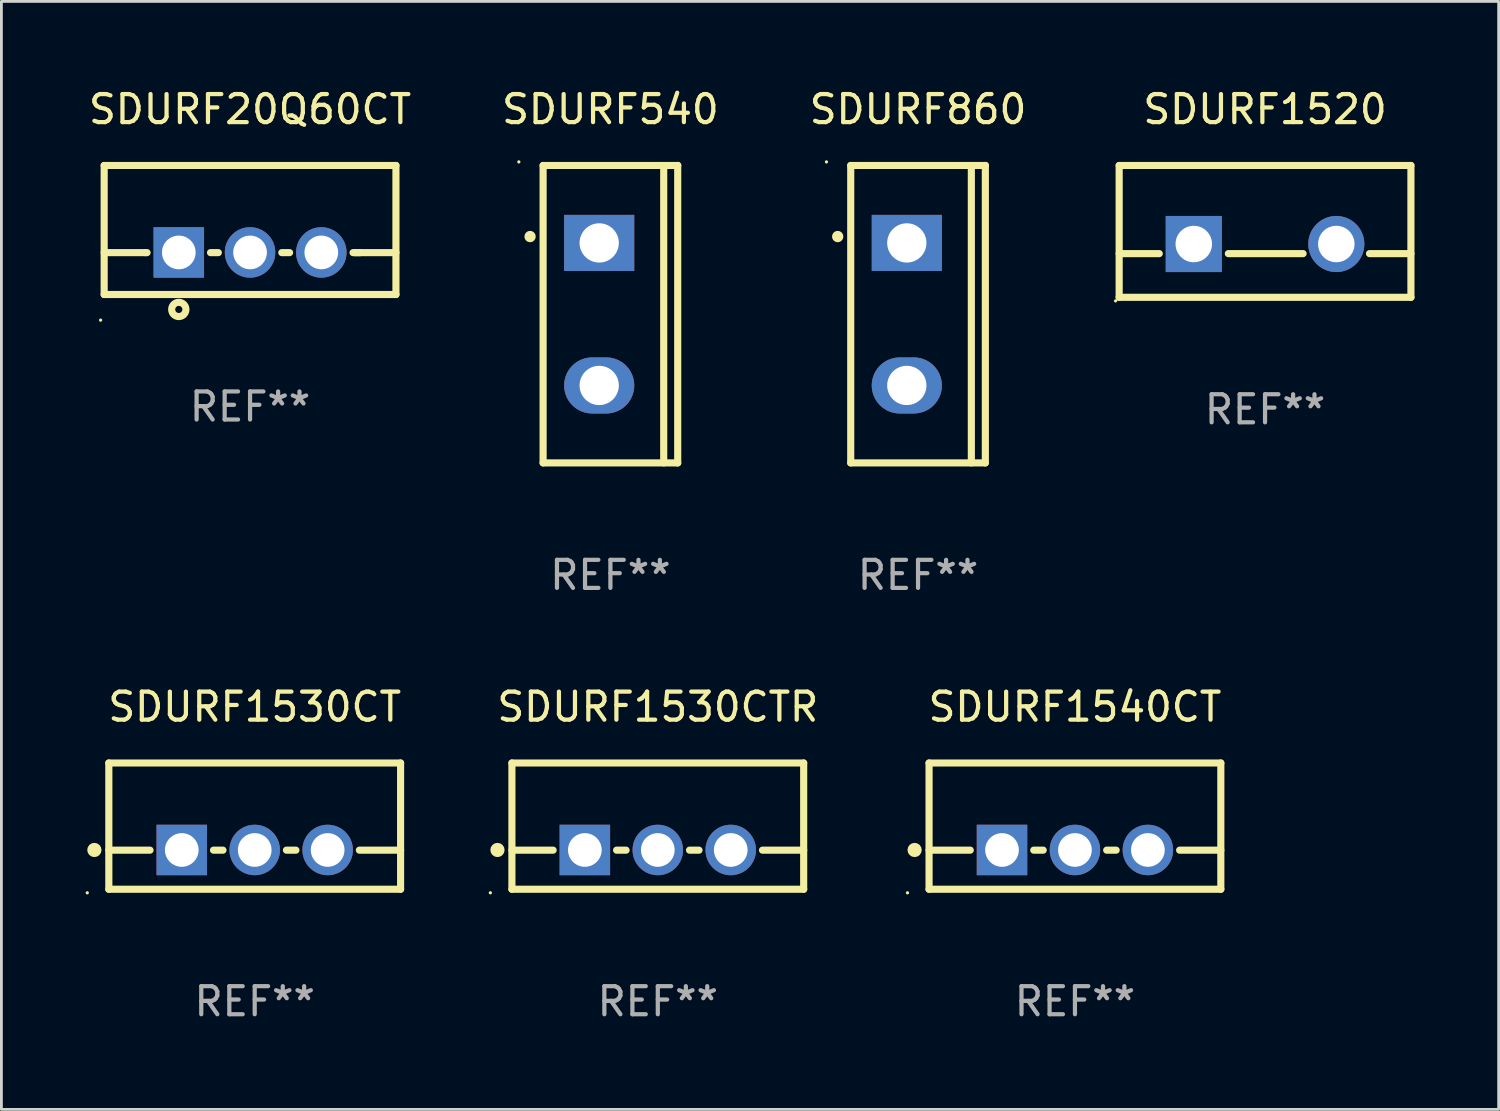
<source format=kicad_pcb>
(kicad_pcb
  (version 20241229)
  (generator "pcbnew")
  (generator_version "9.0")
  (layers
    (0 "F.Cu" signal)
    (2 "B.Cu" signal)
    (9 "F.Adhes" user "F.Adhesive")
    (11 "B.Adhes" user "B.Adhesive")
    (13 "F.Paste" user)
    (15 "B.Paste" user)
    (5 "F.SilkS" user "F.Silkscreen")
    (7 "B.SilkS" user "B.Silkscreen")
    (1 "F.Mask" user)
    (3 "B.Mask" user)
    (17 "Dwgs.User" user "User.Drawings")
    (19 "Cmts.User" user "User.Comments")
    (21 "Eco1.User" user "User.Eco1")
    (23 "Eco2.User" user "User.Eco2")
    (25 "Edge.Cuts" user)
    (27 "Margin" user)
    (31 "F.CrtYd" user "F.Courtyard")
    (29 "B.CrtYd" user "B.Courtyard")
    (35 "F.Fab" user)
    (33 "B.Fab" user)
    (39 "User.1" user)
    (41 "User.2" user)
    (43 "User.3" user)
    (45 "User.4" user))
  (footprint "SDURF1530CT"
    (layer "F.Cu")
    (at 6.029 26.397)
    (property "Reference" "SDURF1530CT" (at 0 -4.25 0) (layer "F.SilkS") (effects (font (size 1 1) (thickness 0.15))))
    (attr through_hole)
    (fp_line (start -5.2 -2.25) (end -5.2 2.25) (stroke (width 0.254) (type solid)) (layer "F.SilkS"))
    (fp_line (start -5.2 -2.25) (end 5.2 -2.25) (stroke (width 0.254) (type solid)) (layer "F.SilkS"))
    (fp_line (start -5.2 0.857) (end -3.731 0.857) (stroke (width 0.254) (type solid)) (layer "F.SilkS"))
    (fp_line (start -5.2 2.25) (end 5.2 2.25) (stroke (width 0.254) (type solid)) (layer "F.SilkS"))
    (fp_line (start -1.469 0.857) (end -1.131 0.857) (stroke (width 0.254) (type solid)) (layer "F.SilkS"))
    (fp_line (start 1.131 0.857) (end 1.469 0.857) (stroke (width 0.254) (type solid)) (layer "F.SilkS"))
    (fp_line (start 3.731 0.857) (end 5.2 0.857) (stroke (width 0.254) (type solid)) (layer "F.SilkS"))
    (fp_line (start 5.2 -2.25) (end 5.2 2.25) (stroke (width 0.254) (type solid)) (layer "F.SilkS"))
    (fp_circle (center -5.969 2.377) (end -5.939 2.377) (stroke (width 0.06) (type solid)) (fill no) (layer "F.SilkS"))
    (fp_circle (center -5.715 0.85) (end -5.588 0.85) (stroke (width 0.254) (type solid)) (fill no) (layer "F.SilkS"))
    (fp_text user "REF**" (at 0 6.25 0) (layer "F.Fab") (effects (font (size 1 1) (thickness 0.15))))
    (pad "1" thru_hole rect (at -2.6 0.85) (size 1.8 1.8) (drill 1.2) (layers "*.Cu" "*.Mask"))
    (pad "2" thru_hole circle (at 0 0.85) (size 1.8 1.8) (drill 1.2) (layers "*.Cu" "*.Mask"))
    (pad "3" thru_hole circle (at 2.6 0.85) (size 1.8 1.8) (drill 1.2) (layers "*.Cu" "*.Mask")))
  (footprint "SDURF20Q60CT"
    (layer "F.Cu")
    (at 5.863 5.148)
    (property "Reference" "SDURF20Q60CT" (at 0 -4.3 0) (layer "F.SilkS") (effects (font (size 1 1) (thickness 0.15))))
    (attr through_hole)
    (fp_line (start -5.2 -2.3) (end -5.2 2.3) (stroke (width 0.254) (type solid)) (layer "F.SilkS"))
    (fp_line (start -5.2 -2.3) (end 5.2 -2.3) (stroke (width 0.254) (type solid)) (layer "F.SilkS"))
    (fp_line (start -5.2 0.807) (end -3.731 0.807) (stroke (width 0.254) (type solid)) (layer "F.SilkS"))
    (fp_line (start -5.2 2.3) (end 5.2 2.3) (stroke (width 0.254) (type solid)) (layer "F.SilkS"))
    (fp_line (start -3.731 0.807) (end -3.671 0.807) (stroke (width 0.254) (type solid)) (layer "F.SilkS"))
    (fp_line (start -1.409 0.807) (end -1.131 0.807) (stroke (width 0.254) (type solid)) (layer "F.SilkS"))
    (fp_line (start 1.131 0.807) (end 1.409 0.807) (stroke (width 0.254) (type solid)) (layer "F.SilkS"))
    (fp_line (start 3.671 0.807) (end 3.926 0.807) (stroke (width 0.254) (type solid)) (layer "F.SilkS"))
    (fp_line (start 3.731 0.807) (end 5.2 0.807) (stroke (width 0.254) (type solid)) (layer "F.SilkS"))
    (fp_line (start 5.2 -2.3) (end 5.2 2.3) (stroke (width 0.254) (type solid)) (layer "F.SilkS"))
    (fp_circle (center -5.327 3.213) (end -5.297 3.213) (stroke (width 0.06) (type solid)) (fill no) (layer "F.SilkS"))
    (fp_circle (center -2.54 2.832) (end -2.286 2.832) (stroke (width 0.254) (type solid)) (fill no) (layer "F.SilkS"))
    (fp_text user "REF**" (at 0 6.3 0) (layer "F.Fab") (effects (font (size 1 1) (thickness 0.15))))
    (pad "1" thru_hole rect (at -2.54 0.8) (size 1.8 1.8) (drill 1.2) (layers "*.Cu" "*.Mask"))
    (pad "2" thru_hole circle (at 0 0.8) (size 1.8 1.8) (drill 1.2) (layers "*.Cu" "*.Mask"))
    (pad "3" thru_hole circle (at 2.54 0.8) (size 1.8 1.8) (drill 1.2) (layers "*.Cu" "*.Mask")))
  (footprint "SDURF1530CTR"
    (layer "F.Cu")
    (at 20.397 26.397)
    (property "Reference" "SDURF1530CTR" (at 0 -4.25 0) (layer "F.SilkS") (effects (font (size 1 1) (thickness 0.15))))
    (attr through_hole)
    (fp_line (start -5.2 -2.25) (end -5.2 2.25) (stroke (width 0.254) (type solid)) (layer "F.SilkS"))
    (fp_line (start -5.2 -2.25) (end 5.2 -2.25) (stroke (width 0.254) (type solid)) (layer "F.SilkS"))
    (fp_line (start -5.2 0.857) (end -3.731 0.857) (stroke (width 0.254) (type solid)) (layer "F.SilkS"))
    (fp_line (start -5.2 2.25) (end 5.2 2.25) (stroke (width 0.254) (type solid)) (layer "F.SilkS"))
    (fp_line (start -1.469 0.857) (end -1.131 0.857) (stroke (width 0.254) (type solid)) (layer "F.SilkS"))
    (fp_line (start 1.131 0.857) (end 1.469 0.857) (stroke (width 0.254) (type solid)) (layer "F.SilkS"))
    (fp_line (start 3.731 0.857) (end 5.2 0.857) (stroke (width 0.254) (type solid)) (layer "F.SilkS"))
    (fp_line (start 5.2 -2.25) (end 5.2 2.25) (stroke (width 0.254) (type solid)) (layer "F.SilkS"))
    (fp_circle (center -5.969 2.377) (end -5.939 2.377) (stroke (width 0.06) (type solid)) (fill no) (layer "F.SilkS"))
    (fp_circle (center -5.715 0.85) (end -5.588 0.85) (stroke (width 0.254) (type solid)) (fill no) (layer "F.SilkS"))
    (fp_text user "REF**" (at 0 6.25 0) (layer "F.Fab") (effects (font (size 1 1) (thickness 0.15))))
    (pad "1" thru_hole rect (at -2.6 0.85) (size 1.8 1.8) (drill 1.2) (layers "*.Cu" "*.Mask"))
    (pad "2" thru_hole circle (at 0 0.85) (size 1.8 1.8) (drill 1.2) (layers "*.Cu" "*.Mask"))
    (pad "3" thru_hole circle (at 2.6 0.85) (size 1.8 1.8) (drill 1.2) (layers "*.Cu" "*.Mask")))
  (footprint "SDURF1520"
    (layer "F.Cu")
    (at 42.042 5.198)
    (property "Reference" "SDURF1520" (at 0 -4.35 0) (layer "F.SilkS") (effects (font (size 1 1) (thickness 0.15))))
    (attr through_hole)
    (fp_line (start -5.2 -2.35) (end -5.2 2.35) (stroke (width 0.254) (type solid)) (layer "F.SilkS"))
    (fp_line (start -5.2 -2.35) (end 5.2 -2.35) (stroke (width 0.254) (type solid)) (layer "F.SilkS"))
    (fp_line (start -5.2 0.792) (end -3.771 0.792) (stroke (width 0.254) (type solid)) (layer "F.SilkS"))
    (fp_line (start -5.2 2.35) (end 5.2 2.35) (stroke (width 0.254) (type solid)) (layer "F.SilkS"))
    (fp_line (start -1.309 0.792) (end 1.357 0.792) (stroke (width 0.254) (type solid)) (layer "F.SilkS"))
    (fp_line (start 3.723 0.792) (end 5.2 0.792) (stroke (width 0.254) (type solid)) (layer "F.SilkS"))
    (fp_line (start 5.2 -2.35) (end 5.2 2.35) (stroke (width 0.254) (type solid)) (layer "F.SilkS"))
    (fp_circle (center -5.327 2.477) (end -5.297 2.477) (stroke (width 0.06) (type solid)) (fill no) (layer "F.SilkS"))
    (fp_text user "REF**" (at 0 6.35 0) (layer "F.Fab") (effects (font (size 1 1) (thickness 0.15))))
    (pad "1" thru_hole rect (at -2.54 0.45) (size 2 2) (drill 1.3) (layers "*.Cu" "*.Mask"))
    (pad "2" thru_hole circle (at 2.54 0.45) (size 2 2) (drill 1.3) (layers "*.Cu" "*.Mask")))
  (footprint "SDURF540"
    (layer "F.Cu")
    (at 18.708 8.149)
    (property "Reference" "SDURF540" (at 0 -7.301 0) (layer "F.SilkS") (effects (font (size 1 1) (thickness 0.15))))
    (attr through_hole)
    (fp_line (start -2.399 -5.301) (end 2.394 -5.301) (stroke (width 0.254) (type solid)) (layer "F.SilkS"))
    (fp_line (start -2.399 5.301) (end -2.399 -5.301) (stroke (width 0.254) (type solid)) (layer "F.SilkS"))
    (fp_line (start 1.9 5.3) (end 1.9 -5.3) (stroke (width 0.254) (type solid)) (layer "F.SilkS"))
    (fp_line (start 2.394 -5.301) (end 2.399 -5.301) (stroke (width 0.254) (type solid)) (layer "F.SilkS"))
    (fp_line (start 2.399 -5.301) (end 2.399 5.301) (stroke (width 0.254) (type solid)) (layer "F.SilkS"))
    (fp_line (start 2.399 5.301) (end -2.399 5.301) (stroke (width 0.254) (type solid)) (layer "F.SilkS"))
    (fp_arc (start -2.863843 -2.766066) (mid -2.863847 -2.767336) (end -2.863843 -2.768606) (stroke (width 0.4) (type solid)) (layer "F.SilkS"))
    (fp_circle (center -3.264 -5.428) (end -3.234 -5.428) (stroke (width 0.06) (type solid)) (fill no) (layer "F.SilkS"))
    (fp_text user "REF**" (at 0 9.301 0) (layer "F.Fab") (effects (font (size 1 1) (thickness 0.15))))
    (pad "1" thru_hole rect (at -0.4 -2.54 270) (size 2 2.5) (drill 1.4) (layers "*.Cu" "*.Mask"))
    (pad "2" thru_hole oval (at -0.4 2.54 270) (size 2 2.5) (drill 1.4) (layers "*.Cu" "*.Mask")))
  (footprint "SDURF860"
    (layer "F.Cu")
    (at 29.673 8.149)
    (property "Reference" "SDURF860" (at 0 -7.301 0) (layer "F.SilkS") (effects (font (size 1 1) (thickness 0.15))))
    (attr through_hole)
    (fp_line (start -2.399 -5.301) (end 2.394 -5.301) (stroke (width 0.254) (type solid)) (layer "F.SilkS"))
    (fp_line (start -2.399 5.301) (end -2.399 -5.301) (stroke (width 0.254) (type solid)) (layer "F.SilkS"))
    (fp_line (start 1.9 5.3) (end 1.9 -5.3) (stroke (width 0.254) (type solid)) (layer "F.SilkS"))
    (fp_line (start 2.394 -5.301) (end 2.399 -5.301) (stroke (width 0.254) (type solid)) (layer "F.SilkS"))
    (fp_line (start 2.399 -5.301) (end 2.399 5.301) (stroke (width 0.254) (type solid)) (layer "F.SilkS"))
    (fp_line (start 2.399 5.301) (end -2.399 5.301) (stroke (width 0.254) (type solid)) (layer "F.SilkS"))
    (fp_arc (start -2.863843 -2.766066) (mid -2.863847 -2.767336) (end -2.863843 -2.768606) (stroke (width 0.4) (type solid)) (layer "F.SilkS"))
    (fp_circle (center -3.264 -5.428) (end -3.234 -5.428) (stroke (width 0.06) (type solid)) (fill no) (layer "F.SilkS"))
    (fp_text user "REF**" (at 0 9.301 0) (layer "F.Fab") (effects (font (size 1 1) (thickness 0.15))))
    (pad "1" thru_hole rect (at -0.4 -2.54 270) (size 2 2.5) (drill 1.4) (layers "*.Cu" "*.Mask"))
    (pad "2" thru_hole oval (at -0.4 2.54 270) (size 2 2.5) (drill 1.4) (layers "*.Cu" "*.Mask")))
  (footprint "SDURF1540CT"
    (layer "F.Cu")
    (at 35.266 26.397)
    (property "Reference" "SDURF1540CT" (at 0 -4.25 0) (layer "F.SilkS") (effects (font (size 1 1) (thickness 0.15))))
    (attr through_hole)
    (fp_line (start -5.2 -2.25) (end -5.2 2.25) (stroke (width 0.254) (type solid)) (layer "F.SilkS"))
    (fp_line (start -5.2 -2.25) (end 5.2 -2.25) (stroke (width 0.254) (type solid)) (layer "F.SilkS"))
    (fp_line (start -5.2 0.857) (end -3.731 0.857) (stroke (width 0.254) (type solid)) (layer "F.SilkS"))
    (fp_line (start -5.2 2.25) (end 5.2 2.25) (stroke (width 0.254) (type solid)) (layer "F.SilkS"))
    (fp_line (start -1.469 0.857) (end -1.131 0.857) (stroke (width 0.254) (type solid)) (layer "F.SilkS"))
    (fp_line (start 1.131 0.857) (end 1.469 0.857) (stroke (width 0.254) (type solid)) (layer "F.SilkS"))
    (fp_line (start 3.731 0.857) (end 5.2 0.857) (stroke (width 0.254) (type solid)) (layer "F.SilkS"))
    (fp_line (start 5.2 -2.25) (end 5.2 2.25) (stroke (width 0.254) (type solid)) (layer "F.SilkS"))
    (fp_circle (center -5.969 2.377) (end -5.939 2.377) (stroke (width 0.06) (type solid)) (fill no) (layer "F.SilkS"))
    (fp_circle (center -5.715 0.85) (end -5.588 0.85) (stroke (width 0.254) (type solid)) (fill no) (layer "F.SilkS"))
    (fp_text user "REF**" (at 0 6.25 0) (layer "F.Fab") (effects (font (size 1 1) (thickness 0.15))))
    (pad "1" thru_hole rect (at -2.6 0.85) (size 1.8 1.8) (drill 1.2) (layers "*.Cu" "*.Mask"))
    (pad "2" thru_hole circle (at 0 0.85) (size 1.8 1.8) (drill 1.2) (layers "*.Cu" "*.Mask"))
    (pad "3" thru_hole circle (at 2.6 0.85) (size 1.8 1.8) (drill 1.2) (layers "*.Cu" "*.Mask")))
  (gr_rect
    (start -3 -3)
    (end 50.369 36.495)
    (stroke (width 0.1) (type default))
    (fill no)
    (layer "Edge.Cuts")))
</source>
